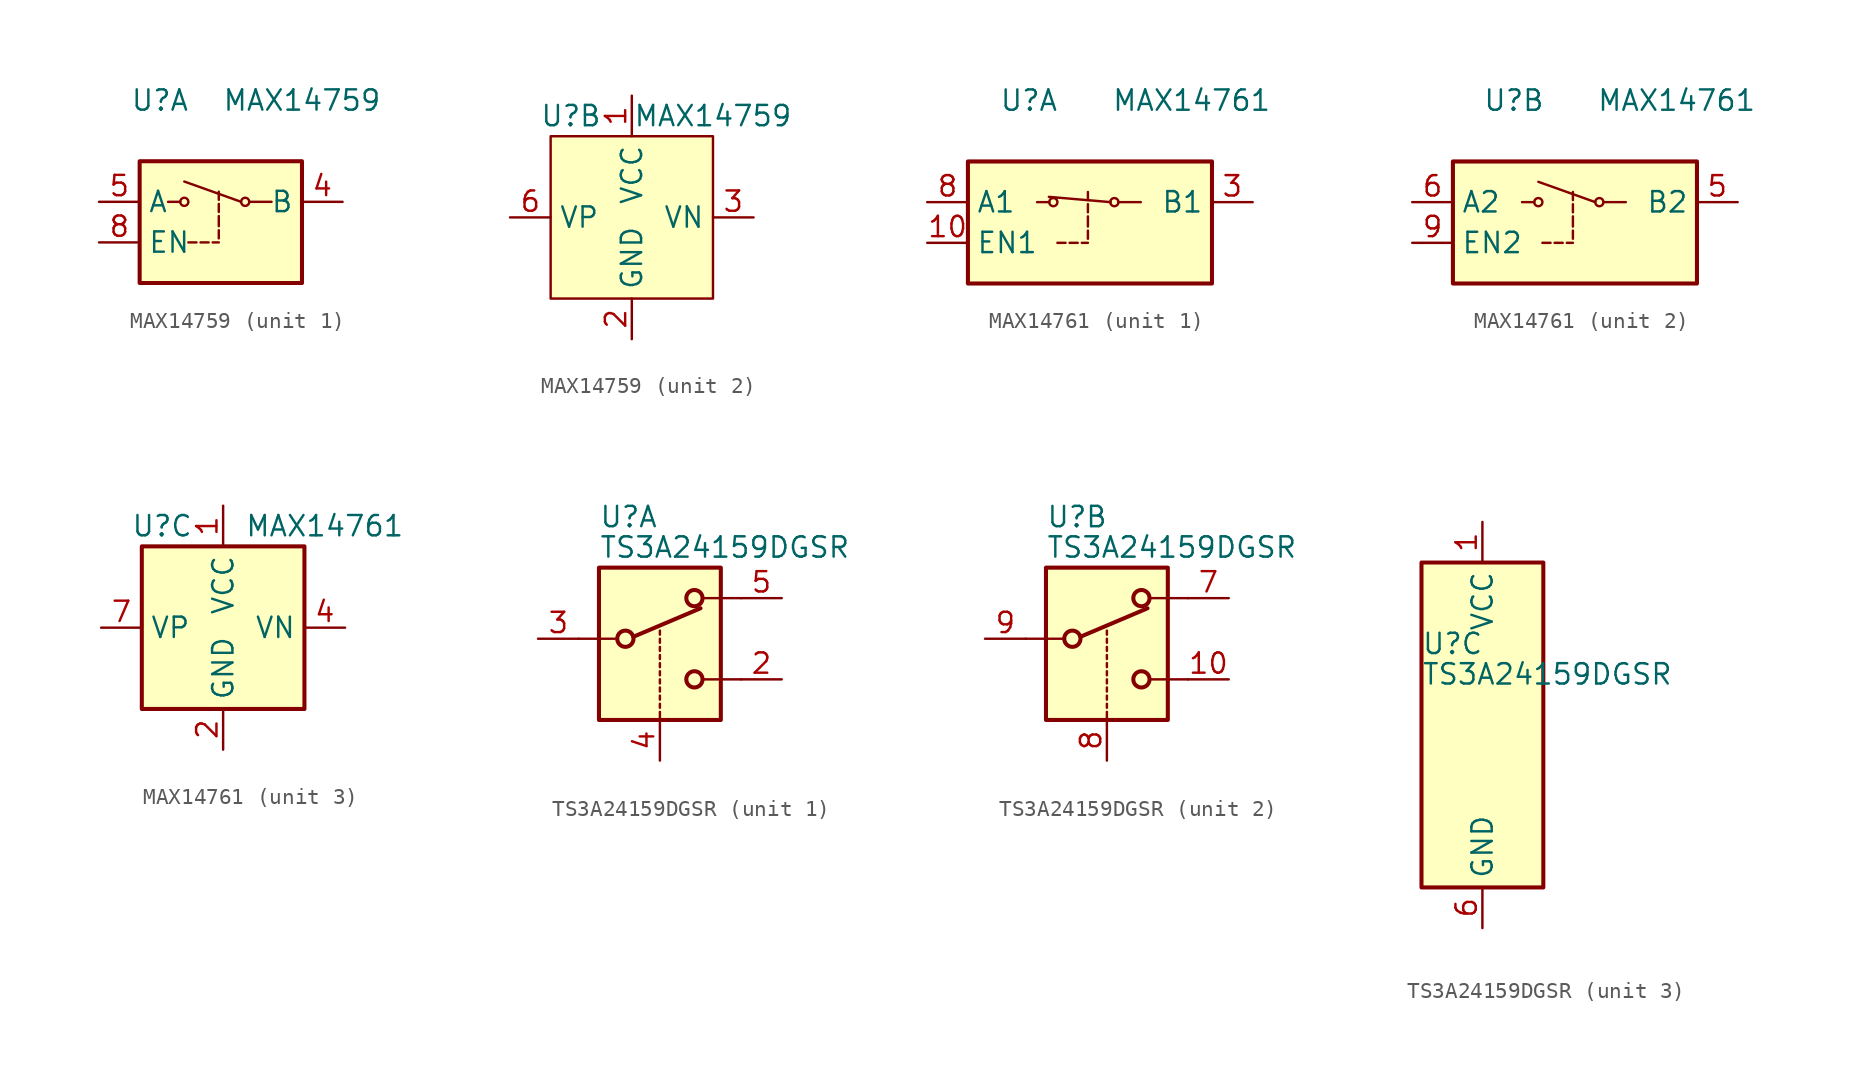
<source format=kicad_sym>
(kicad_symbol_lib
  (version 20201005)
  (generator kicad_symbol_editor)
  (symbol "MAX14759"
    (property "Reference" "U"
      (at -3.81 6.35 0)
      (effects (font (size 1.27 1.27))))
    (property "Value" "MAX14759"
      (at 5.08 6.35 0)
      (effects (font (size 1.27 1.27))))
    (property "ki_locked" ""
      (at 0 0 0)
      (effects (font (size 1.27 1.27))))
    (symbol "MAX14759_1_1"
      (circle (center -2.286 0) (radius 0.254) (stroke (width 0)) (fill (type none)))
      (circle (center 1.524 0) (radius 0.254) (stroke (width 0)) (fill (type none)))
      (rectangle (start -5.08 -5.08) (end 5.08 2.54) (stroke (width 0.254)) (fill (type background)))
      (polyline (pts (xy -3.302 0) (xy -2.54 0)) (stroke (width 0)) (fill (type none)))
      (polyline (pts (xy -2.032 -2.54) (xy -1.524 -2.54)) (stroke (width 0)) (fill (type none)))
      (polyline (pts (xy -1.27 -2.54) (xy -0.762 -2.54)) (stroke (width 0)) (fill (type none)))
      (polyline (pts (xy -0.508 -2.54) (xy -0.127 -2.54)) (stroke (width 0)) (fill (type none)))
      (polyline (pts (xy -0.127 -2.286) (xy -0.127 -1.778)) (stroke (width 0)) (fill (type none)))
      (polyline (pts (xy -0.127 -1.524) (xy -0.127 -0.889)) (stroke (width 0)) (fill (type none)))
      (polyline (pts (xy -0.127 -0.635) (xy -0.127 -0.127)) (stroke (width 0)) (fill (type none)))
      (polyline (pts (xy -0.127 0.127) (xy -0.127 0.635)) (stroke (width 0)) (fill (type none)))
      (polyline (pts (xy 1.27 0) (xy -2.286 1.27)) (stroke (width 0)) (fill (type none)))
      (polyline (pts (xy 3.175 0) (xy 1.778 0)) (stroke (width 0)) (fill (type none)))
      (pin passive line (at 7.62 0 180) (length 2.54) (name "B" (effects (font (size 1.27 1.27)))) (number "4" (effects (font (size 1.27 1.27)))))
      (pin passive line (at -7.62 0 0) (length 2.54) (name "A" (effects (font (size 1.27 1.27)))) (number "5" (effects (font (size 1.27 1.27)))))
      (pin input line (at -7.62 -2.54 0) (length 2.54) (name "EN" (effects (font (size 1.27 1.27)))) (number "8" (effects (font (size 1.27 1.27))))))
    (symbol "MAX14759_2_1"
      (rectangle (start -5.08 5.08) (end 5.08 -5.08) (stroke (width 0)) (fill (type background)))
      (pin power_in line (at 0 7.62 270) (length 2.54) (name "VCC" (effects (font (size 1.27 1.27)))) (number "1" (effects (font (size 1.27 1.27)))))
      (pin power_in line (at 0 -7.62 90) (length 2.54) (name "GND" (effects (font (size 1.27 1.27)))) (number "2" (effects (font (size 1.27 1.27)))))
      (pin passive line (at 7.62 0 180) (length 2.54) (name "VN" (effects (font (size 1.27 1.27)))) (number "3" (effects (font (size 1.27 1.27)))))
      (pin passive line (at -7.62 0 0) (length 2.54) (name "VP" (effects (font (size 1.27 1.27)))) (number "6" (effects (font (size 1.27 1.27)))))
      (pin no_connect line (at -2.54 2.54 180) (length 2.54) hide (name "NC" (effects (font (size 1.27 1.27)))) (number "7" (effects (font (size 1.27 1.27)))))
      (pin passive line (at 7.62 0 180) (length 2.54) hide (name "VN" (effects (font (size 1.27 1.27)))) (number "9" (effects (font (size 1.27 1.27)))))))
  (symbol "MAX14761"
    (property "Reference" "U"
      (at -3.81 6.35 0)
      (effects (font (size 1.27 1.27))))
    (property "Value" "MAX14761"
      (at 6.35 6.35 0)
      (effects (font (size 1.27 1.27))))
    (property "ki_locked" ""
      (at 0 0 0)
      (effects (font (size 1.27 1.27))))
    (symbol "MAX14761_1_1"
      (circle (center -2.286 0) (radius 0.254) (stroke (width 0)) (fill (type none)))
      (circle (center 1.524 0) (radius 0.254) (stroke (width 0)) (fill (type none)))
      (rectangle (start -7.62 2.54) (end 7.62 -5.08) (stroke (width 0.254)) (fill (type background)))
      (polyline (pts (xy -3.302 0) (xy -2.54 0)) (stroke (width 0)) (fill (type none)))
      (polyline (pts (xy -2.032 -2.54) (xy -1.524 -2.54)) (stroke (width 0)) (fill (type none)))
      (polyline (pts (xy -1.27 -2.54) (xy -0.762 -2.54)) (stroke (width 0)) (fill (type none)))
      (polyline (pts (xy -0.508 -2.54) (xy -0.127 -2.54)) (stroke (width 0)) (fill (type none)))
      (polyline (pts (xy -0.127 -2.286) (xy -0.127 -1.778)) (stroke (width 0)) (fill (type none)))
      (polyline (pts (xy -0.127 -1.524) (xy -0.127 -0.889)) (stroke (width 0)) (fill (type none)))
      (polyline (pts (xy -0.127 -0.635) (xy -0.127 -0.127)) (stroke (width 0)) (fill (type none)))
      (polyline (pts (xy -0.127 0.127) (xy -0.127 0.635)) (stroke (width 0)) (fill (type none)))
      (polyline (pts (xy 1.295 0) (xy -2.565 0.33)) (stroke (width 0)) (fill (type none)))
      (polyline (pts (xy 3.175 0) (xy 1.778 0)) (stroke (width 0)) (fill (type none)))
      (pin input line (at -10.16 -2.54 0) (length 2.54) (name "EN1" (effects (font (size 1.27 1.27)))) (number "10" (effects (font (size 1.27 1.27)))))
      (pin passive line (at 10.16 0 180) (length 2.54) (name "B1" (effects (font (size 1.27 1.27)))) (number "3" (effects (font (size 1.27 1.27)))))
      (pin passive line (at -10.16 0 0) (length 2.54) (name "A1" (effects (font (size 1.27 1.27)))) (number "8" (effects (font (size 1.27 1.27))))))
    (symbol "MAX14761_2_1"
      (circle (center -2.286 0) (radius 0.254) (stroke (width 0)) (fill (type none)))
      (circle (center 1.524 0) (radius 0.254) (stroke (width 0)) (fill (type none)))
      (rectangle (start -7.62 -5.08) (end 7.62 2.54) (stroke (width 0.254)) (fill (type background)))
      (polyline (pts (xy -3.302 0) (xy -2.54 0)) (stroke (width 0)) (fill (type none)))
      (polyline (pts (xy -2.032 -2.54) (xy -1.524 -2.54)) (stroke (width 0)) (fill (type none)))
      (polyline (pts (xy -1.27 -2.54) (xy -0.762 -2.54)) (stroke (width 0)) (fill (type none)))
      (polyline (pts (xy -0.508 -2.54) (xy -0.127 -2.54)) (stroke (width 0)) (fill (type none)))
      (polyline (pts (xy -0.127 -2.286) (xy -0.127 -1.778)) (stroke (width 0)) (fill (type none)))
      (polyline (pts (xy -0.127 -1.524) (xy -0.127 -0.889)) (stroke (width 0)) (fill (type none)))
      (polyline (pts (xy -0.127 -0.635) (xy -0.127 -0.127)) (stroke (width 0)) (fill (type none)))
      (polyline (pts (xy -0.127 0.127) (xy -0.127 0.635)) (stroke (width 0)) (fill (type none)))
      (polyline (pts (xy 1.27 0) (xy -2.286 1.27)) (stroke (width 0)) (fill (type none)))
      (polyline (pts (xy 3.175 0) (xy 1.778 0)) (stroke (width 0)) (fill (type none)))
      (pin passive line (at 10.16 0 180) (length 2.54) (name "B2" (effects (font (size 1.27 1.27)))) (number "5" (effects (font (size 1.27 1.27)))))
      (pin passive line (at -10.16 0 0) (length 2.54) (name "A2" (effects (font (size 1.27 1.27)))) (number "6" (effects (font (size 1.27 1.27)))))
      (pin input line (at -10.16 -2.54 0) (length 2.54) (name "EN2" (effects (font (size 1.27 1.27)))) (number "9" (effects (font (size 1.27 1.27))))))
    (symbol "MAX14761_3_1"
      (rectangle (start -5.08 5.08) (end 5.08 -5.08) (stroke (width 0.254)) (fill (type background)))
      (pin power_in line (at 0 7.62 270) (length 2.54) (name "VCC" (effects (font (size 1.27 1.27)))) (number "1" (effects (font (size 1.27 1.27)))))
      (pin passive line (at 7.62 0 180) (length 2.54) hide (name "VN" (effects (font (size 1.27 1.27)))) (number "11" (effects (font (size 1.27 1.27)))))
      (pin power_in line (at 0 -7.62 90) (length 2.54) (name "GND" (effects (font (size 1.27 1.27)))) (number "2" (effects (font (size 1.27 1.27)))))
      (pin passive line (at 7.62 0 180) (length 2.54) (name "VN" (effects (font (size 1.27 1.27)))) (number "4" (effects (font (size 1.27 1.27)))))
      (pin passive line (at -7.62 0 0) (length 2.54) (name "VP" (effects (font (size 1.27 1.27)))) (number "7" (effects (font (size 1.27 1.27)))))))
  (symbol "TS3A24159DGSR"
    (property "Reference" "U"
      (at -3.81 5.08 0)
      (effects (font (size 1.27 1.27)) (justify left)))
    (property "Value" "TS3A24159DGSR"
      (at -3.81 3.175 0)
      (effects (font (size 1.27 1.27)) (justify left)))
    (property "ki_locked" ""
      (at 0 0 0)
      (effects (font (size 1.27 1.27))))
    (symbol "TS3A24159DGSR_1_1"
      (circle (center -2.159 -2.54) (radius 0.508) (stroke (width 0.254)) (fill (type none)))
      (circle (center 2.159 -5.08) (radius 0.508) (stroke (width 0.254)) (fill (type none)))
      (circle (center 2.159 0) (radius 0.508) (stroke (width 0.254)) (fill (type none)))
      (rectangle (start -3.81 1.905) (end 3.81 -7.62) (stroke (width 0.254)) (fill (type background)))
      (polyline (pts (xy -5.08 -2.54) (xy -2.794 -2.54)) (stroke (width 0)) (fill (type none)))
      (polyline (pts (xy -1.651 -2.413) (xy 2.54 -0.635)) (stroke (width 0.254)) (fill (type none)))
      (polyline (pts (xy 0 -7.62) (xy 0 -7.112)) (stroke (width 0)) (fill (type none)))
      (polyline (pts (xy 0 -6.858) (xy 0 -6.604)) (stroke (width 0)) (fill (type none)))
      (polyline (pts (xy 0 -6.35) (xy 0 -6.096)) (stroke (width 0)) (fill (type none)))
      (polyline (pts (xy 0 -5.842) (xy 0 -5.588)) (stroke (width 0)) (fill (type none)))
      (polyline (pts (xy 0 -5.334) (xy 0 -5.08)) (stroke (width 0)) (fill (type none)))
      (polyline (pts (xy 0 -4.826) (xy 0 -4.572)) (stroke (width 0)) (fill (type none)))
      (polyline (pts (xy 0 -4.318) (xy 0 -4.064)) (stroke (width 0)) (fill (type none)))
      (polyline (pts (xy 0 -3.81) (xy 0 -3.556)) (stroke (width 0)) (fill (type none)))
      (polyline (pts (xy 0 -3.302) (xy 0 -3.048)) (stroke (width 0)) (fill (type none)))
      (polyline (pts (xy 0 -2.794) (xy 0 -2.54)) (stroke (width 0)) (fill (type none)))
      (polyline (pts (xy 0 -2.286) (xy 0 -2.032)) (stroke (width 0)) (fill (type none)))
      (polyline (pts (xy 5.08 -5.08) (xy 2.794 -5.08)) (stroke (width 0)) (fill (type none)))
      (polyline (pts (xy 5.08 0) (xy 2.794 0)) (stroke (width 0)) (fill (type none)))
      (pin passive line (at 7.62 -5.08 180) (length 2.54) (name "~" (effects (font (size 1.27 1.27)))) (number "2" (effects (font (size 1.27 1.27)))))
      (pin passive line (at -7.62 -2.54 0) (length 2.54) (name "~" (effects (font (size 1.27 1.27)))) (number "3" (effects (font (size 1.27 1.27)))))
      (pin input line (at 0 -10.16 90) (length 2.54) (name "~" (effects (font (size 1.27 1.27)))) (number "4" (effects (font (size 1.27 1.27)))))
      (pin passive line (at 7.62 0 180) (length 2.54) (name "~" (effects (font (size 1.27 1.27)))) (number "5" (effects (font (size 1.27 1.27))))))
    (symbol "TS3A24159DGSR_2_1"
      (circle (center -2.159 -2.54) (radius 0.508) (stroke (width 0.254)) (fill (type none)))
      (circle (center 2.159 -5.08) (radius 0.508) (stroke (width 0.254)) (fill (type none)))
      (circle (center 2.159 0) (radius 0.508) (stroke (width 0.254)) (fill (type none)))
      (rectangle (start -3.81 1.905) (end 3.81 -7.62) (stroke (width 0.254)) (fill (type background)))
      (polyline (pts (xy -5.08 -2.54) (xy -2.794 -2.54)) (stroke (width 0)) (fill (type none)))
      (polyline (pts (xy -1.651 -2.413) (xy 2.54 -0.635)) (stroke (width 0.254)) (fill (type none)))
      (polyline (pts (xy 0 -7.62) (xy 0 -7.112)) (stroke (width 0)) (fill (type none)))
      (polyline (pts (xy 0 -6.858) (xy 0 -6.604)) (stroke (width 0)) (fill (type none)))
      (polyline (pts (xy 0 -6.35) (xy 0 -6.096)) (stroke (width 0)) (fill (type none)))
      (polyline (pts (xy 0 -5.842) (xy 0 -5.588)) (stroke (width 0)) (fill (type none)))
      (polyline (pts (xy 0 -5.334) (xy 0 -5.08)) (stroke (width 0)) (fill (type none)))
      (polyline (pts (xy 0 -4.826) (xy 0 -4.572)) (stroke (width 0)) (fill (type none)))
      (polyline (pts (xy 0 -4.318) (xy 0 -4.064)) (stroke (width 0)) (fill (type none)))
      (polyline (pts (xy 0 -3.81) (xy 0 -3.556)) (stroke (width 0)) (fill (type none)))
      (polyline (pts (xy 0 -3.302) (xy 0 -3.048)) (stroke (width 0)) (fill (type none)))
      (polyline (pts (xy 0 -2.794) (xy 0 -2.54)) (stroke (width 0)) (fill (type none)))
      (polyline (pts (xy 0 -2.286) (xy 0 -2.032)) (stroke (width 0)) (fill (type none)))
      (polyline (pts (xy 5.08 -5.08) (xy 2.794 -5.08)) (stroke (width 0)) (fill (type none)))
      (polyline (pts (xy 5.08 0) (xy 2.794 0)) (stroke (width 0)) (fill (type none)))
      (pin passive line (at 7.62 -5.08 180) (length 2.54) (name "~" (effects (font (size 1.27 1.27)))) (number "10" (effects (font (size 1.27 1.27)))))
      (pin passive line (at 7.62 0 180) (length 2.54) (name "~" (effects (font (size 1.27 1.27)))) (number "7" (effects (font (size 1.27 1.27)))))
      (pin input line (at 0 -10.16 90) (length 2.54) (name "~" (effects (font (size 1.27 1.27)))) (number "8" (effects (font (size 1.27 1.27)))))
      (pin passive line (at -7.62 -2.54 0) (length 2.54) (name "~" (effects (font (size 1.27 1.27)))) (number "9" (effects (font (size 1.27 1.27))))))
    (symbol "TS3A24159DGSR_3_1"
      (rectangle (start -3.81 10.16) (end 3.81 -10.16) (stroke (width 0.254)) (fill (type background)))
      (pin power_in line (at 0 12.7 270) (length 2.54) (name "VCC" (effects (font (size 1.27 1.27)))) (number "1" (effects (font (size 1.27 1.27)))))
      (pin power_in line (at 0 -12.7 90) (length 2.54) (name "GND" (effects (font (size 1.27 1.27)))) (number "6" (effects (font (size 1.27 1.27))))))))
</source>
